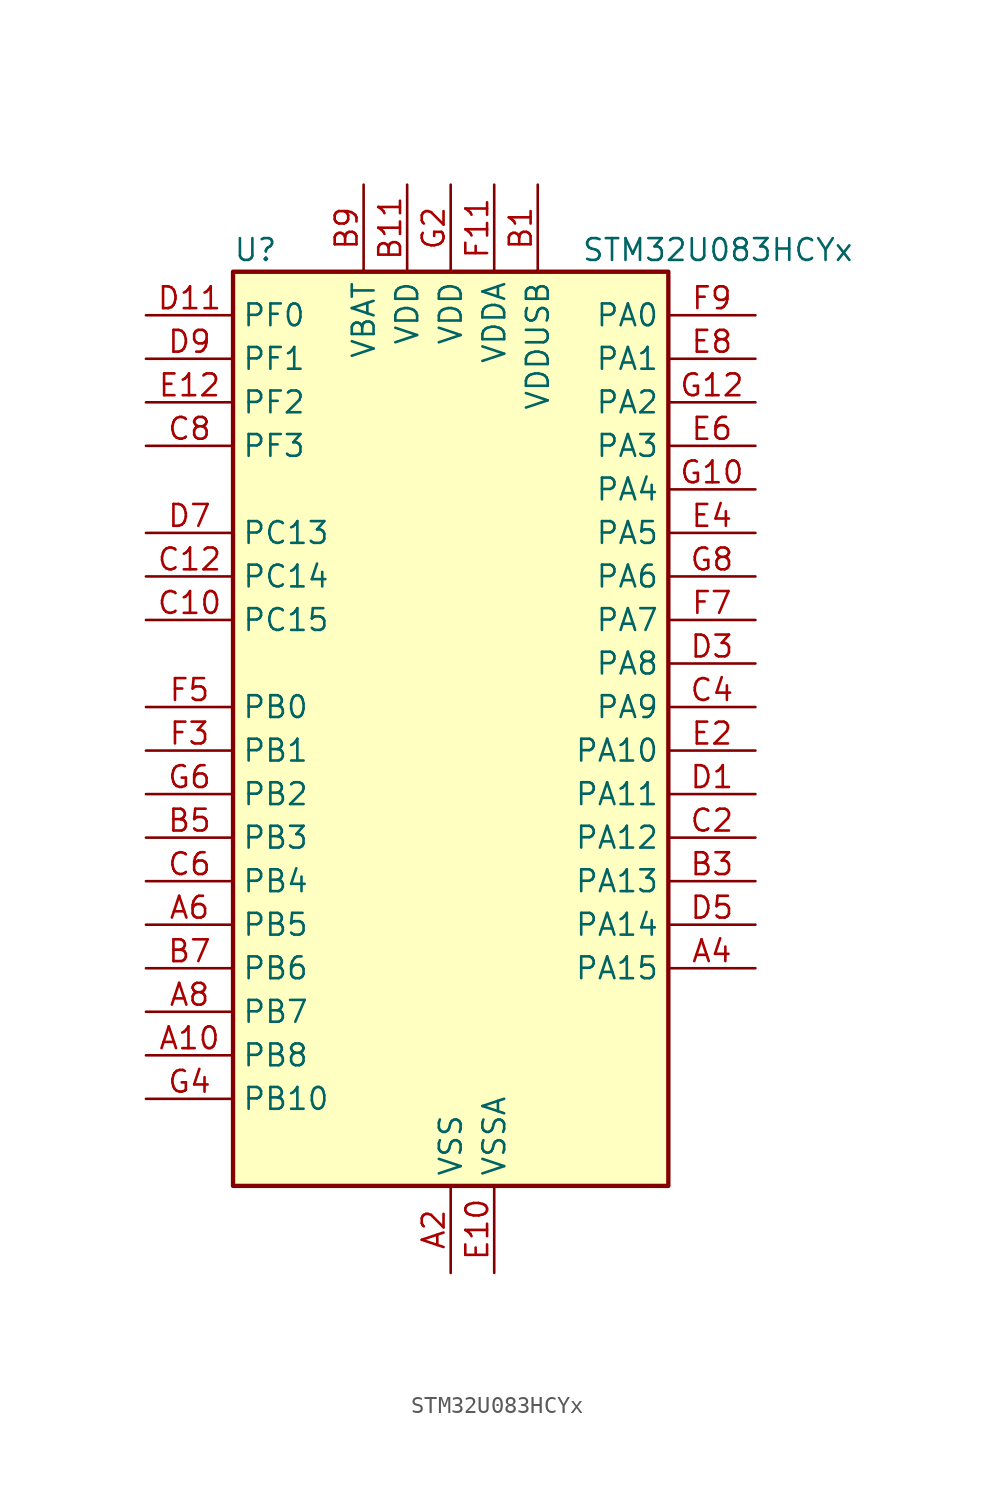
<source format=kicad_sym>
(kicad_symbol_lib
  (version 20231120)
  (generator "kicad_symbol_editor")
  (generator_version "8.99")
  (symbol "STM32U083HCYx"
    (property "Reference" "U"
      (at -12.7 29.21 0)
      (effects (font (size 1.27 1.27)) (justify left)))
    (property "Value" "STM32U083HCYx"
      (at 7.62 29.21 0)
      (effects (font (size 1.27 1.27)) (justify left)))
    (property "ki_locked" ""
      (at 0 0 0)
      (effects (font (size 1.27 1.27))))
    (symbol "STM32U083HCYx_0_1"
      (rectangle (start -12.7 -25.4) (end 12.7 27.94) (stroke (width 0.254) (type default)) (fill (type background))))
    (symbol "STM32U083HCYx_1_1"
      (pin bidirectional line (at -17.78 -17.78 0) (length 5.08) (name "PB8" (effects (font (size 1.27 1.27)))) (number "A10" (effects (font (size 1.27 1.27)))) (alternate "I2C1_SCL" bidirectional line) (alternate "I2C2_SCL" bidirectional line) (alternate "LCD_SEG16" bidirectional line) (alternate "LPTIM1_IN2" bidirectional line) (alternate "LPTIM3_IN2" bidirectional line) (alternate "TIM16_CH1" bidirectional line) (alternate "USART3_TX" bidirectional line))
      (pin passive line (at 0 -30.48 90) (length 5.08) hide (name "VSS" (effects (font (size 1.27 1.27)))) (number "A12" (effects (font (size 1.27 1.27)))))
      (pin power_in line (at 0 -30.48 90) (length 5.08) (name "VSS" (effects (font (size 1.27 1.27)))) (number "A2" (effects (font (size 1.27 1.27)))))
      (pin bidirectional line (at 17.78 -12.7 180) (length 5.08) (name "PA15" (effects (font (size 1.27 1.27)))) (number "A4" (effects (font (size 1.27 1.27)))) (alternate "DEBUG_JTDI" bidirectional line) (alternate "LCD_SEG17" bidirectional line) (alternate "LPTIM3_CH3" bidirectional line) (alternate "LPTIM3_IN2" bidirectional line) (alternate "SPI1_NSS" bidirectional line) (alternate "SPI3_NSS" bidirectional line) (alternate "TIM2_CH1" bidirectional line) (alternate "TIM2_ETR" bidirectional line) (alternate "TSC_G3_IO1" bidirectional line) (alternate "USART2_RX" bidirectional line) (alternate "USART3_DE" bidirectional line) (alternate "USART3_RTS" bidirectional line) (alternate "USART4_DE" bidirectional line) (alternate "USART4_RTS" bidirectional line))
      (pin bidirectional line (at -17.78 -10.16 0) (length 5.08) (name "PB5" (effects (font (size 1.27 1.27)))) (number "A6" (effects (font (size 1.27 1.27)))) (alternate "COMP2_OUT" bidirectional line) (alternate "LCD_SEG9" bidirectional line) (alternate "LPTIM1_IN1" bidirectional line) (alternate "LPUART3_CTS" bidirectional line) (alternate "SPI1_MOSI" bidirectional line) (alternate "SPI3_MOSI" bidirectional line) (alternate "TIM16_BKIN" bidirectional line) (alternate "TIM3_CH2" bidirectional line) (alternate "TSC_G2_IO2" bidirectional line) (alternate "USART1_CK" bidirectional line))
      (pin bidirectional line (at -17.78 -15.24 0) (length 5.08) (name "PB7" (effects (font (size 1.27 1.27)))) (number "A8" (effects (font (size 1.27 1.27)))) (alternate "COMP2_INM" bidirectional line) (alternate "I2C1_SDA" bidirectional line) (alternate "I2C2_SDA" bidirectional line) (alternate "I2C4_SDA" bidirectional line) (alternate "LCD_SEG21" bidirectional line) (alternate "LPTIM1_IN2" bidirectional line) (alternate "LPUART2_RX" bidirectional line) (alternate "LPUART3_RX" bidirectional line) (alternate "PWR_PVD_IN" bidirectional line) (alternate "TSC_G2_IO4" bidirectional line) (alternate "USART1_RX" bidirectional line) (alternate "USART4_CTS" bidirectional line))
      (pin power_in line (at 5.08 33.02 270) (length 5.08) (name "VDDUSB" (effects (font (size 1.27 1.27)))) (number "B1" (effects (font (size 1.27 1.27)))))
      (pin power_in line (at -2.54 33.02 270) (length 5.08) (name "VDD" (effects (font (size 1.27 1.27)))) (number "B11" (effects (font (size 1.27 1.27)))))
      (pin bidirectional line (at 17.78 -7.62 180) (length 5.08) (name "PA13" (effects (font (size 1.27 1.27)))) (number "B3" (effects (font (size 1.27 1.27)))) (alternate "DEBUG_JTMS-SWDIO" bidirectional line) (alternate "IR_OUT" bidirectional line) (alternate "LCD_SEG40" bidirectional line) (alternate "TSC_G7_IO4" bidirectional line) (alternate "USB_NOE" bidirectional line))
      (pin bidirectional line (at -17.78 -5.08 0) (length 5.08) (name "PB3" (effects (font (size 1.27 1.27)))) (number "B5" (effects (font (size 1.27 1.27)))) (alternate "COMP2_INM" bidirectional line) (alternate "DEBUG_JTDO-SWO" bidirectional line) (alternate "I2C2_SCL" bidirectional line) (alternate "I2C3_SCL" bidirectional line) (alternate "LCD_SEG7" bidirectional line) (alternate "LPTIM1_CH3" bidirectional line) (alternate "SPI1_SCK" bidirectional line) (alternate "SPI3_SCK" bidirectional line) (alternate "TIM2_CH2" bidirectional line) (alternate "USART1_DE" bidirectional line) (alternate "USART1_RTS" bidirectional line))
      (pin bidirectional line (at -17.78 -12.7 0) (length 5.08) (name "PB6" (effects (font (size 1.27 1.27)))) (number "B7" (effects (font (size 1.27 1.27)))) (alternate "COMP2_INP" bidirectional line) (alternate "I2C1_SCL" bidirectional line) (alternate "I2C2_SCL" bidirectional line) (alternate "I2C4_SCL" bidirectional line) (alternate "LPTIM1_ETR" bidirectional line) (alternate "LPUART2_TX" bidirectional line) (alternate "LPUART3_TX" bidirectional line) (alternate "TIM16_CH1N" bidirectional line) (alternate "TSC_G2_IO3" bidirectional line) (alternate "USART1_TX" bidirectional line))
      (pin power_in line (at -5.08 33.02 270) (length 5.08) (name "VBAT" (effects (font (size 1.27 1.27)))) (number "B9" (effects (font (size 1.27 1.27)))))
      (pin bidirectional line (at -17.78 7.62 0) (length 5.08) (name "PC15" (effects (font (size 1.27 1.27)))) (number "C10" (effects (font (size 1.27 1.27)))) (alternate "RCC_OSC32_EN" bidirectional line) (alternate "RCC_OSC32_OUT" bidirectional line) (alternate "RCC_OSC_EN" bidirectional line))
      (pin bidirectional line (at -17.78 10.16 0) (length 5.08) (name "PC14" (effects (font (size 1.27 1.27)))) (number "C12" (effects (font (size 1.27 1.27)))) (alternate "RCC_OSC32_IN" bidirectional line))
      (pin bidirectional line (at 17.78 -5.08 180) (length 5.08) (name "PA12" (effects (font (size 1.27 1.27)))) (number "C2" (effects (font (size 1.27 1.27)))) (alternate "SPI1_MOSI" bidirectional line) (alternate "SPI2_MOSI" bidirectional line) (alternate "TIM1_ETR" bidirectional line) (alternate "USART1_DE" bidirectional line) (alternate "USART1_RTS" bidirectional line) (alternate "USB_DP" bidirectional line))
      (pin bidirectional line (at 17.78 2.54 180) (length 5.08) (name "PA9" (effects (font (size 1.27 1.27)))) (number "C4" (effects (font (size 1.27 1.27)))) (alternate "COMP1_INP" bidirectional line) (alternate "DAC1_EXTI9" bidirectional line) (alternate "I2C1_SCL" bidirectional line) (alternate "I2C2_SCL" bidirectional line) (alternate "LCD_COM1" bidirectional line) (alternate "RCC_MCO" bidirectional line) (alternate "TIM15_BKIN" bidirectional line) (alternate "TIM1_CH2" bidirectional line) (alternate "TSC_G7_IO2" bidirectional line) (alternate "USART1_TX" bidirectional line))
      (pin bidirectional line (at -17.78 -7.62 0) (length 5.08) (name "PB4" (effects (font (size 1.27 1.27)))) (number "C6" (effects (font (size 1.27 1.27)))) (alternate "COMP2_INP" bidirectional line) (alternate "I2C2_SDA" bidirectional line) (alternate "I2C3_SDA" bidirectional line) (alternate "LCD_SEG8" bidirectional line) (alternate "LPTIM1_CH4" bidirectional line) (alternate "LPUART3_DE" bidirectional line) (alternate "LPUART3_RTS" bidirectional line) (alternate "SPI1_MISO" bidirectional line) (alternate "SPI3_MISO" bidirectional line) (alternate "TIM3_CH1" bidirectional line) (alternate "TSC_G2_IO1" bidirectional line) (alternate "USART1_CTS" bidirectional line))
      (pin bidirectional line (at -17.78 17.78 0) (length 5.08) (name "PF3" (effects (font (size 1.27 1.27)))) (number "C8" (effects (font (size 1.27 1.27)))))
      (pin bidirectional line (at 17.78 -2.54 180) (length 5.08) (name "PA11" (effects (font (size 1.27 1.27)))) (number "D1" (effects (font (size 1.27 1.27)))) (alternate "ADC1_EXTI11" bidirectional line) (alternate "COMP1_OUT" bidirectional line) (alternate "SPI1_MISO" bidirectional line) (alternate "SPI2_MISO" bidirectional line) (alternate "TIM1_BKIN2" bidirectional line) (alternate "TIM1_CH4" bidirectional line) (alternate "USART1_CTS" bidirectional line) (alternate "USB_DM" bidirectional line))
      (pin bidirectional line (at -17.78 25.4 0) (length 5.08) (name "PF0" (effects (font (size 1.27 1.27)))) (number "D11" (effects (font (size 1.27 1.27)))) (alternate "RCC_OSC_IN" bidirectional line))
      (pin bidirectional line (at 17.78 5.08 180) (length 5.08) (name "PA8" (effects (font (size 1.27 1.27)))) (number "D3" (effects (font (size 1.27 1.27)))) (alternate "LCD_COM0" bidirectional line) (alternate "LPTIM2_CH1" bidirectional line) (alternate "RCC_MCO" bidirectional line) (alternate "RCC_MCO2" bidirectional line) (alternate "TIM1_CH1" bidirectional line) (alternate "TSC_G7_IO1" bidirectional line) (alternate "USART1_CK" bidirectional line))
      (pin bidirectional line (at 17.78 -10.16 180) (length 5.08) (name "PA14" (effects (font (size 1.27 1.27)))) (number "D5" (effects (font (size 1.27 1.27)))) (alternate "DEBUG_JTCK-SWCLK" bidirectional line) (alternate "LCD_SEG41" bidirectional line) (alternate "LPTIM1_CH1" bidirectional line) (alternate "TSC_G3_IO4" bidirectional line))
      (pin bidirectional line (at -17.78 12.7 0) (length 5.08) (name "PC13" (effects (font (size 1.27 1.27)))) (number "D7" (effects (font (size 1.27 1.27)))) (alternate "LPTIM1_CH3" bidirectional line) (alternate "LPTIM3_CH3" bidirectional line) (alternate "PWR_WKUP2" bidirectional line) (alternate "RTC_OUT1" bidirectional line) (alternate "RTC_TS" bidirectional line) (alternate "TAMP_IN1" bidirectional line))
      (pin bidirectional line (at -17.78 22.86 0) (length 5.08) (name "PF1" (effects (font (size 1.27 1.27)))) (number "D9" (effects (font (size 1.27 1.27)))) (alternate "RCC_OSC_EN" bidirectional line) (alternate "RCC_OSC_OUT" bidirectional line))
      (pin power_in line (at 2.54 -30.48 90) (length 5.08) (name "VSSA" (effects (font (size 1.27 1.27)))) (number "E10" (effects (font (size 1.27 1.27)))))
      (pin bidirectional line (at -17.78 20.32 0) (length 5.08) (name "PF2" (effects (font (size 1.27 1.27)))) (number "E12" (effects (font (size 1.27 1.27)))) (alternate "RCC_MCO" bidirectional line))
      (pin bidirectional line (at 17.78 0 180) (length 5.08) (name "PA10" (effects (font (size 1.27 1.27)))) (number "E2" (effects (font (size 1.27 1.27)))) (alternate "CRS_SYNC" bidirectional line) (alternate "I2C1_SDA" bidirectional line) (alternate "I2C2_SDA" bidirectional line) (alternate "LCD_COM2" bidirectional line) (alternate "RCC_MCO2" bidirectional line) (alternate "SPI2_NSS" bidirectional line) (alternate "TIM1_CH3" bidirectional line) (alternate "TSC_G7_IO3" bidirectional line) (alternate "USART1_RX" bidirectional line))
      (pin bidirectional line (at 17.78 12.7 180) (length 5.08) (name "PA5" (effects (font (size 1.27 1.27)))) (number "E4" (effects (font (size 1.27 1.27)))) (alternate "ADC1_IN9" bidirectional line) (alternate "COMP1_INM" bidirectional line) (alternate "COMP2_INM" bidirectional line) (alternate "LCD_SEG44" bidirectional line) (alternate "LPTIM2_ETR" bidirectional line) (alternate "LPUART3_RX" bidirectional line) (alternate "SPI1_SCK" bidirectional line) (alternate "TIM2_CH1" bidirectional line) (alternate "TIM2_ETR" bidirectional line) (alternate "USART3_TX" bidirectional line))
      (pin bidirectional line (at 17.78 17.78 180) (length 5.08) (name "PA3" (effects (font (size 1.27 1.27)))) (number "E6" (effects (font (size 1.27 1.27)))) (alternate "ADC1_IN7" bidirectional line) (alternate "COMP2_INP" bidirectional line) (alternate "LCD_SEG2" bidirectional line) (alternate "LPUART1_RX" bidirectional line) (alternate "OPAMP1_VOUT" bidirectional line) (alternate "TIM15_CH2" bidirectional line) (alternate "TIM2_CH4" bidirectional line) (alternate "USART2_RX" bidirectional line))
      (pin bidirectional line (at 17.78 22.86 180) (length 5.08) (name "PA1" (effects (font (size 1.27 1.27)))) (number "E8" (effects (font (size 1.27 1.27)))) (alternate "ADC1_IN5" bidirectional line) (alternate "COMP1_INP" bidirectional line) (alternate "LCD_SEG0" bidirectional line) (alternate "LPTIM1_CH2" bidirectional line) (alternate "OPAMP1_VINM" bidirectional line) (alternate "PWR_WKUP3" bidirectional line) (alternate "SPI1_SCK" bidirectional line) (alternate "SPI2_SCK" bidirectional line) (alternate "TAMP_IN5" bidirectional line) (alternate "TIM15_CH1N" bidirectional line) (alternate "TIM2_CH2" bidirectional line) (alternate "USART2_DE" bidirectional line) (alternate "USART2_RTS" bidirectional line) (alternate "USART4_RX" bidirectional line))
      (pin passive line (at 0 -30.48 90) (length 5.08) hide (name "VSS" (effects (font (size 1.27 1.27)))) (number "F1" (effects (font (size 1.27 1.27)))))
      (pin power_in line (at 2.54 33.02 270) (length 5.08) (name "VDDA" (effects (font (size 1.27 1.27)))) (number "F11" (effects (font (size 1.27 1.27)))))
      (pin bidirectional line (at -17.78 0 0) (length 5.08) (name "PB1" (effects (font (size 1.27 1.27)))) (number "F3" (effects (font (size 1.27 1.27)))) (alternate "ADC1_IN18" bidirectional line) (alternate "COMP1_INM" bidirectional line) (alternate "LCD_SEG6" bidirectional line) (alternate "LPTIM2_IN1" bidirectional line) (alternate "LPTIM3_CH2" bidirectional line) (alternate "LPUART1_DE" bidirectional line) (alternate "LPUART1_RTS" bidirectional line) (alternate "LPUART2_DE" bidirectional line) (alternate "LPUART2_RTS" bidirectional line) (alternate "TIM1_CH3N" bidirectional line) (alternate "TIM3_CH4" bidirectional line) (alternate "TSC_SYNC" bidirectional line) (alternate "USART3_DE" bidirectional line) (alternate "USART3_RTS" bidirectional line))
      (pin bidirectional line (at -17.78 2.54 0) (length 5.08) (name "PB0" (effects (font (size 1.27 1.27)))) (number "F5" (effects (font (size 1.27 1.27)))) (alternate "ADC1_IN17" bidirectional line) (alternate "COMP1_OUT" bidirectional line) (alternate "LCD_SEG5" bidirectional line) (alternate "LPTIM3_CH1" bidirectional line) (alternate "LPUART2_CTS" bidirectional line) (alternate "SPI1_NSS" bidirectional line) (alternate "TIM1_CH2N" bidirectional line) (alternate "TIM3_CH3" bidirectional line) (alternate "TSC_G5_IO2" bidirectional line) (alternate "USART3_CK" bidirectional line))
      (pin bidirectional line (at 17.78 7.62 180) (length 5.08) (name "PA7" (effects (font (size 1.27 1.27)))) (number "F7" (effects (font (size 1.27 1.27)))) (alternate "ADC1_IN14" bidirectional line) (alternate "COMP2_OUT" bidirectional line) (alternate "I2C2_SCL" bidirectional line) (alternate "I2C3_SCL" bidirectional line) (alternate "LCD_SEG4" bidirectional line) (alternate "LPTIM2_CH2" bidirectional line) (alternate "SPI1_MOSI" bidirectional line) (alternate "TIM1_CH1N" bidirectional line) (alternate "TIM3_CH2" bidirectional line) (alternate "USART3_RX" bidirectional line))
      (pin bidirectional line (at 17.78 25.4 180) (length 5.08) (name "PA0" (effects (font (size 1.27 1.27)))) (number "F9" (effects (font (size 1.27 1.27)))) (alternate "ADC1_IN4" bidirectional line) (alternate "COMP1_INM" bidirectional line) (alternate "COMP1_OUT" bidirectional line) (alternate "LCD_SEG42" bidirectional line) (alternate "OPAMP1_VINP" bidirectional line) (alternate "PWR_WKUP1" bidirectional line) (alternate "TAMP_IN2" bidirectional line) (alternate "TIM2_CH1" bidirectional line) (alternate "TIM2_ETR" bidirectional line) (alternate "USART2_CTS" bidirectional line) (alternate "USART4_TX" bidirectional line))
      (pin bidirectional line (at 17.78 15.24 180) (length 5.08) (name "PA4" (effects (font (size 1.27 1.27)))) (number "G10" (effects (font (size 1.27 1.27)))) (alternate "ADC1_IN8" bidirectional line) (alternate "COMP1_INM" bidirectional line) (alternate "COMP2_INM" bidirectional line) (alternate "DAC1_OUT1" bidirectional line) (alternate "LCD_SEG43" bidirectional line) (alternate "LPTIM2_CH1" bidirectional line) (alternate "LPUART3_TX" bidirectional line) (alternate "SPI1_NSS" bidirectional line) (alternate "SPI3_NSS" bidirectional line) (alternate "USART2_CK" bidirectional line))
      (pin bidirectional line (at 17.78 20.32 180) (length 5.08) (name "PA2" (effects (font (size 1.27 1.27)))) (number "G12" (effects (font (size 1.27 1.27)))) (alternate "ADC1_IN6" bidirectional line) (alternate "COMP2_INM" bidirectional line) (alternate "COMP2_OUT" bidirectional line) (alternate "LCD_SEG1" bidirectional line) (alternate "LPUART1_TX" bidirectional line) (alternate "PWR_WKUP4" bidirectional line) (alternate "RCC_LSCO" bidirectional line) (alternate "TIM15_CH1" bidirectional line) (alternate "TIM2_CH3" bidirectional line) (alternate "USART2_TX" bidirectional line))
      (pin power_in line (at 0 33.02 270) (length 5.08) (name "VDD" (effects (font (size 1.27 1.27)))) (number "G2" (effects (font (size 1.27 1.27)))))
      (pin bidirectional line (at -17.78 -20.32 0) (length 5.08) (name "PB10" (effects (font (size 1.27 1.27)))) (number "G4" (effects (font (size 1.27 1.27)))) (alternate "COMP1_OUT" bidirectional line) (alternate "I2C2_SCL" bidirectional line) (alternate "I2C4_SCL" bidirectional line) (alternate "LCD_SEG10" bidirectional line) (alternate "LPTIM3_CH1" bidirectional line) (alternate "LPUART1_RX" bidirectional line) (alternate "LPUART2_RX" bidirectional line) (alternate "SPI2_SCK" bidirectional line) (alternate "TIM2_CH3" bidirectional line) (alternate "TSC_G5_IO3" bidirectional line) (alternate "USART3_TX" bidirectional line))
      (pin bidirectional line (at -17.78 -2.54 0) (length 5.08) (name "PB2" (effects (font (size 1.27 1.27)))) (number "G6" (effects (font (size 1.27 1.27)))) (alternate "COMP1_INP" bidirectional line) (alternate "LPTIM1_CH1" bidirectional line) (alternate "RTC_OUT2" bidirectional line))
      (pin bidirectional line (at 17.78 10.16 180) (length 5.08) (name "PA6" (effects (font (size 1.27 1.27)))) (number "G8" (effects (font (size 1.27 1.27)))) (alternate "ADC1_IN10" bidirectional line) (alternate "COMP1_OUT" bidirectional line) (alternate "I2C2_SDA" bidirectional line) (alternate "I2C3_SDA" bidirectional line) (alternate "LCD_SEG3" bidirectional line) (alternate "LPUART1_CTS" bidirectional line) (alternate "SPI1_MISO" bidirectional line) (alternate "TIM16_CH1" bidirectional line) (alternate "TIM1_BKIN" bidirectional line) (alternate "TIM3_CH1" bidirectional line) (alternate "TSC_G5_IO1" bidirectional line) (alternate "USART3_CTS" bidirectional line)))))
</source>
